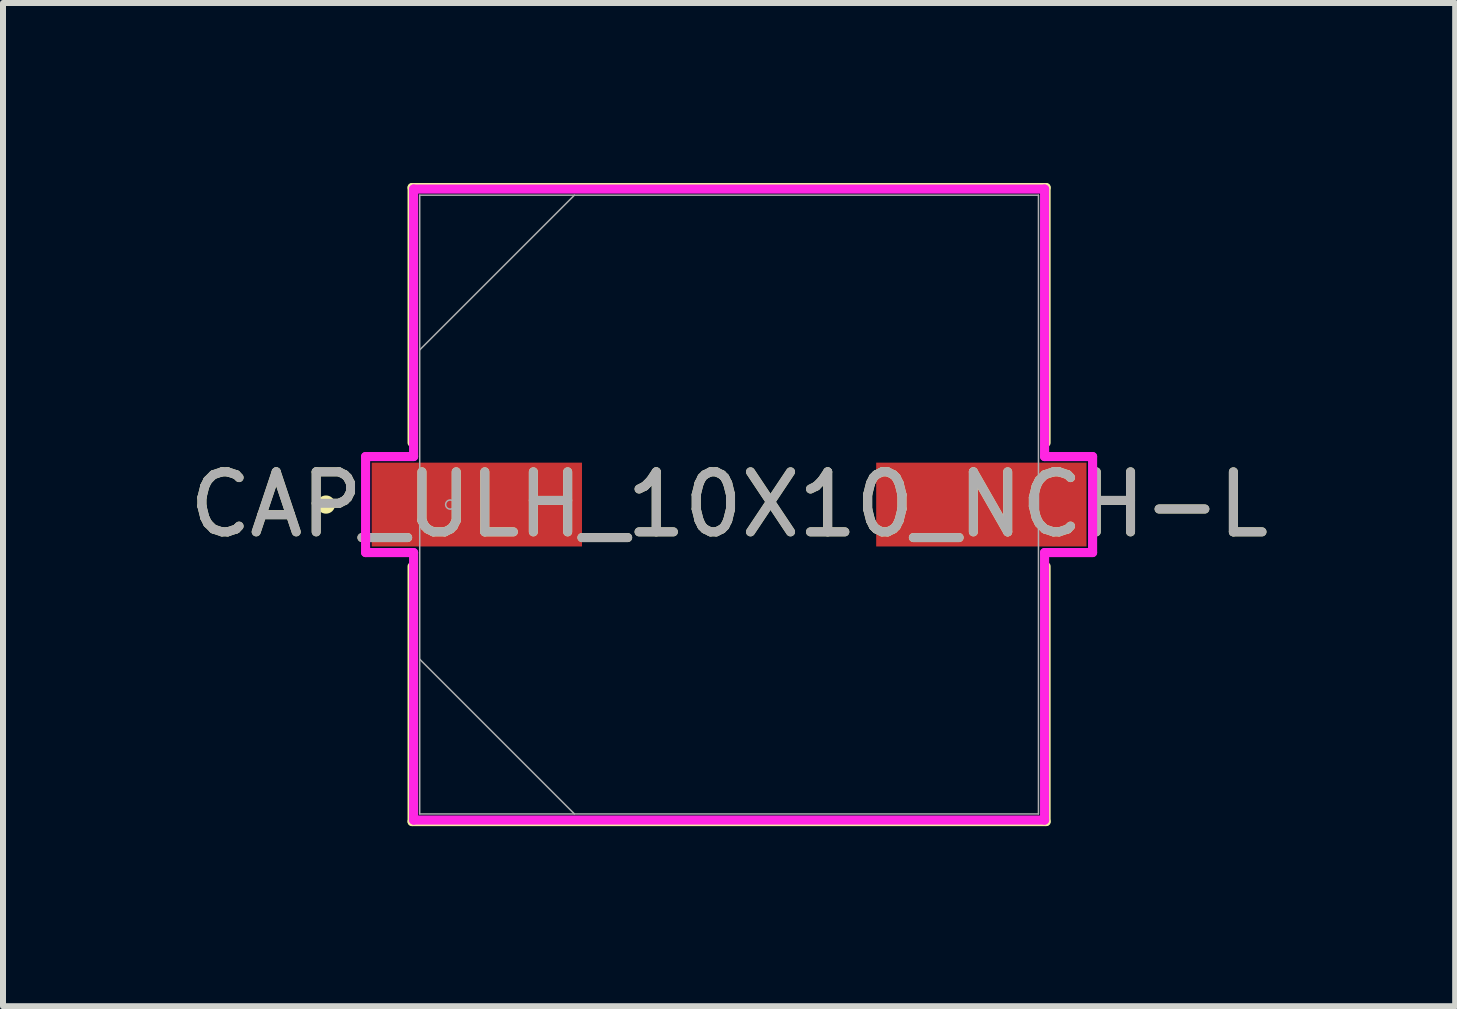
<source format=kicad_pcb>
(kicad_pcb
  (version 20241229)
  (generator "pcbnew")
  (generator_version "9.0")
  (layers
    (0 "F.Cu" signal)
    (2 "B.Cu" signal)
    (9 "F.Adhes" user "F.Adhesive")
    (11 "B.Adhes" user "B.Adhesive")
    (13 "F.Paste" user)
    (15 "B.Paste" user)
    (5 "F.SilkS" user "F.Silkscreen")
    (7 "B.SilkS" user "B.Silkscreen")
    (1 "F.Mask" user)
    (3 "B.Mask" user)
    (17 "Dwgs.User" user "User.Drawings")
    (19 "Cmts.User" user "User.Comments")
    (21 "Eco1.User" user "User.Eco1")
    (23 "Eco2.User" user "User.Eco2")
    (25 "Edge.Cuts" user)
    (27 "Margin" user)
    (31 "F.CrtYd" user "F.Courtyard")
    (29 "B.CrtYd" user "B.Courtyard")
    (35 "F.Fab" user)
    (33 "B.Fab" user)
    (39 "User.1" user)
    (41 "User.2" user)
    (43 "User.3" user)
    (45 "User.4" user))
  (footprint "CAP_ULH_10X10_NCH-L"
    (layer "F.Cu")
    (at 9.101 5.359)
    (property "Reference" "CAP_ULH_10X10_NCH-L" (at 0 0 0) (unlocked yes) (layer "F.SilkS") (effects (font (size 1 1) (thickness 0.15))))
    (attr smd)
    (fp_line (start -5.283 -5.283) (end -5.283 -1.031) (stroke (width 0.152) (type solid)) (layer "F.SilkS"))
    (fp_line (start -5.283 1.031) (end -5.283 5.283) (stroke (width 0.152) (type solid)) (layer "F.SilkS"))
    (fp_line (start -5.283 5.283) (end 5.283 5.283) (stroke (width 0.152) (type solid)) (layer "F.SilkS"))
    (fp_line (start 5.283 -5.283) (end -5.283 -5.283) (stroke (width 0.152) (type solid)) (layer "F.SilkS"))
    (fp_line (start 5.283 -1.031) (end 5.283 -5.283) (stroke (width 0.152) (type solid)) (layer "F.SilkS"))
    (fp_line (start 5.283 5.283) (end 5.283 1.031) (stroke (width 0.152) (type solid)) (layer "F.SilkS"))
    (fp_circle (center -6.718 0) (end -6.642 0) (stroke (width 0.152) (type solid)) (fill no) (layer "F.SilkS"))
    (fp_line (start -6.058 -0.8) (end -5.258 -0.8) (stroke (width 0.152) (type solid)) (layer "F.CrtYd"))
    (fp_line (start -6.058 0.8) (end -6.058 -0.8) (stroke (width 0.152) (type solid)) (layer "F.CrtYd"))
    (fp_line (start -5.258 -5.258) (end 5.258 -5.258) (stroke (width 0.152) (type solid)) (layer "F.CrtYd"))
    (fp_line (start -5.258 -0.8) (end -5.258 -5.258) (stroke (width 0.152) (type solid)) (layer "F.CrtYd"))
    (fp_line (start -5.258 0.8) (end -6.058 0.8) (stroke (width 0.152) (type solid)) (layer "F.CrtYd"))
    (fp_line (start -5.258 5.258) (end -5.258 0.8) (stroke (width 0.152) (type solid)) (layer "F.CrtYd"))
    (fp_line (start 5.258 -5.258) (end 5.258 -0.8) (stroke (width 0.152) (type solid)) (layer "F.CrtYd"))
    (fp_line (start 5.258 -0.8) (end 6.058 -0.8) (stroke (width 0.152) (type solid)) (layer "F.CrtYd"))
    (fp_line (start 5.258 0.8) (end 5.258 5.258) (stroke (width 0.152) (type solid)) (layer "F.CrtYd"))
    (fp_line (start 5.258 5.258) (end -5.258 5.258) (stroke (width 0.152) (type solid)) (layer "F.CrtYd"))
    (fp_line (start 6.058 -0.8) (end 6.058 0.8) (stroke (width 0.152) (type solid)) (layer "F.CrtYd"))
    (fp_line (start 6.058 0.8) (end 5.258 0.8) (stroke (width 0.152) (type solid)) (layer "F.CrtYd"))
    (fp_line (start -5.156 -5.156) (end -5.156 5.156) (stroke (width 0.025) (type solid)) (layer "F.Fab"))
    (fp_line (start -5.156 -2.578) (end -2.578 -5.156) (stroke (width 0.025) (type solid)) (layer "F.Fab"))
    (fp_line (start -5.156 2.578) (end -2.578 5.156) (stroke (width 0.025) (type solid)) (layer "F.Fab"))
    (fp_line (start -5.156 5.156) (end 5.156 5.156) (stroke (width 0.025) (type solid)) (layer "F.Fab"))
    (fp_line (start 5.156 -5.156) (end -5.156 -5.156) (stroke (width 0.025) (type solid)) (layer "F.Fab"))
    (fp_line (start 5.156 5.156) (end 5.156 -5.156) (stroke (width 0.025) (type solid)) (layer "F.Fab"))
    (fp_circle (center -4.648 0) (end -4.572 0) (stroke (width 0.025) (type solid)) (fill no) (layer "F.Fab"))
    (fp_text user "${REFERENCE}" (at 0 0 0) (unlocked yes) (layer "F.Fab") (effects (font (size 1 1) (thickness 0.15))))
    (pad "1" smd rect (at -4.204 0) (size 3.505 1.397) (layers "F.Cu" "F.Mask" "F.Paste"))
    (pad "2" smd rect (at 4.204 0) (size 3.505 1.397) (layers "F.Cu" "F.Mask" "F.Paste"))
    (zone (net_name "") (layer "F.Cu") (hatch full 0.508) (connect_pads) (min_thickness 0.254) (filled_areas_thickness no) (keepout (tracks not_allowed) (vias not_allowed) (pads allowed) (copperpour not_allowed) (footprints allowed)) (placement (enabled no)) (fill) (polygon (pts (xy 3.996 0.254) (xy 14.207 0.254) (xy 14.207 4.61) (xy 3.996 4.61))))
    (zone (net_name "") (layer "F.Cu") (hatch full 0.508) (connect_pads) (min_thickness 0.254) (filled_areas_thickness no) (keepout (tracks not_allowed) (vias not_allowed) (pads allowed) (copperpour not_allowed) (footprints allowed)) (placement (enabled no)) (fill) (polygon (pts (xy 3.996 6.109) (xy 14.207 6.109) (xy 14.207 10.465) (xy 3.996 10.465))))
    (zone (net_name "") (layer "F.Cu") (hatch full 0.508) (connect_pads) (min_thickness 0.254) (filled_areas_thickness no) (keepout (tracks not_allowed) (vias not_allowed) (pads allowed) (copperpour not_allowed) (footprints allowed)) (placement (enabled no)) (fill) (polygon (pts (xy 6.701 4.61) (xy 11.501 4.61) (xy 11.501 6.109) (xy 6.701 6.109)))))
  (gr_rect
    (start -3 -3)
    (end 21.202 13.719)
    (stroke (width 0.1) (type default))
    (fill no)
    (layer "Edge.Cuts")))
</source>
